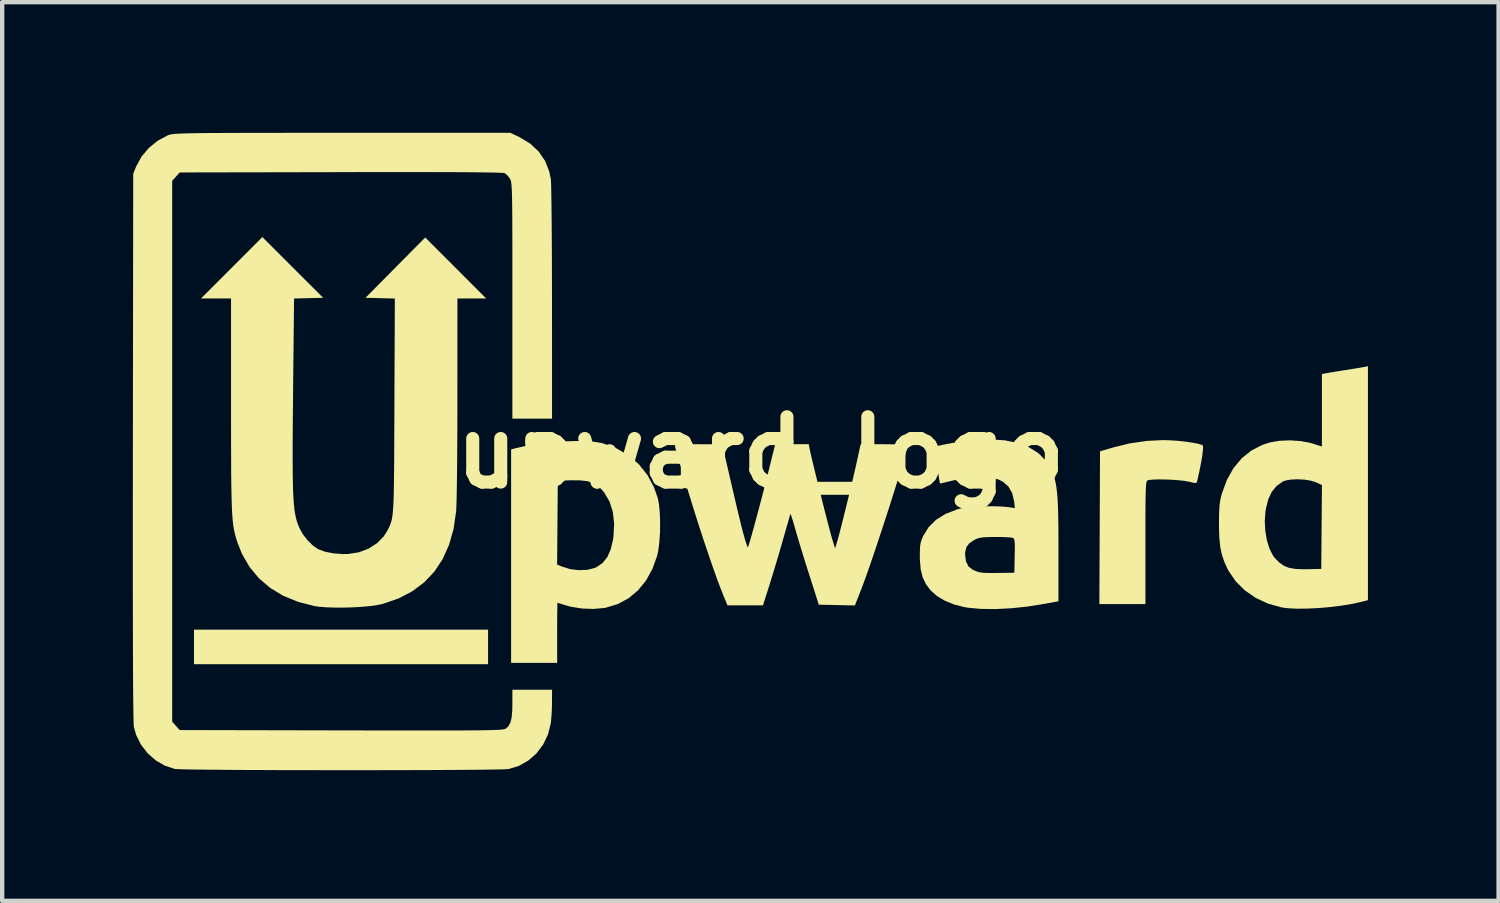
<source format=kicad_pcb>
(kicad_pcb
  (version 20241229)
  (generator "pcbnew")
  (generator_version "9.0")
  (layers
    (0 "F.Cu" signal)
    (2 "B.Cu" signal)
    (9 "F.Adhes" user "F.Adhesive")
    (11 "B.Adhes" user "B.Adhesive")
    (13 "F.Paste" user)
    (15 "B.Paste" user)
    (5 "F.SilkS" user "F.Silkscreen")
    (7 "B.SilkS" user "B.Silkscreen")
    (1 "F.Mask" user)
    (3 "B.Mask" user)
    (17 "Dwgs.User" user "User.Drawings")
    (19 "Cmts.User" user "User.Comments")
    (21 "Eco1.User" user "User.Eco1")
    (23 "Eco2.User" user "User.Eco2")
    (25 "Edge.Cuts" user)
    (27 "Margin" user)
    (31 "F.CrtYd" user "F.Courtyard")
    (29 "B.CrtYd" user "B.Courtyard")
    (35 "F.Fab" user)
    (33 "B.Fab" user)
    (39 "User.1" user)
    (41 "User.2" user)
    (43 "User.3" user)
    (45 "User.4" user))
  (footprint "upward_logo"
    (layer "F.Cu")
    (at 14.412 7.341)
    (property "Reference" "upward_logo" (at 0 0 0) (layer "F.SilkS") (effects (font (size 1.5 1.5) (thickness 0.3))))
    (attr board_only exclude_from_pos_files exclude_from_bom)
    (fp_poly (pts (xy -6.255 4.463) (xy -6.255 4.86) (xy -9.631 4.86) (xy -13.008 4.86) (xy -13.008 4.463) (xy -13.008 4.067) (xy -9.631 4.067) (xy -6.255 4.067)) (stroke (width 0) (type solid)) (fill yes) (layer "F.SilkS"))
    (fp_poly (pts (xy 9.397 -0.281) (xy 9.573 -0.27) (xy 9.747 -0.252) (xy 9.906 -0.229) (xy 10.039 -0.204) (xy 10.13 -0.177) (xy 10.154 -0.165) (xy 10.163 -0.128) (xy 10.158 -0.042) (xy 10.142 0.086) (xy 10.114 0.248) (xy 10.076 0.436) (xy 10.03 0.643) (xy 10.028 0.651) (xy 10.018 0.684) (xy 9.998 0.699) (xy 9.953 0.697) (xy 9.871 0.678) (xy 9.83 0.668) (xy 9.732 0.65) (xy 9.6 0.636) (xy 9.448 0.625) (xy 9.29 0.619) (xy 9.14 0.617) (xy 9.012 0.621) (xy 8.921 0.63) (xy 8.89 0.638) (xy 8.878 0.646) (xy 8.868 0.662) (xy 8.86 0.692) (xy 8.854 0.741) (xy 8.849 0.813) (xy 8.845 0.913) (xy 8.842 1.047) (xy 8.84 1.219) (xy 8.839 1.434) (xy 8.839 1.697) (xy 8.839 2.013) (xy 8.839 2.069) (xy 8.839 3.48) (xy 8.31 3.48) (xy 7.781 3.48) (xy 7.789 1.726) (xy 7.796 -0.028) (xy 8.072 -0.11) (xy 8.477 -0.21) (xy 8.87 -0.267) (xy 9.232 -0.285)) (stroke (width 0) (type solid)) (fill yes) (layer "F.SilkS"))
    (fp_poly (pts (xy -4.061 -0.263) (xy -3.841 -0.249) (xy -3.663 -0.222) (xy -3.614 -0.21) (xy -3.303 -0.094) (xy -3.028 0.067) (xy -2.791 0.272) (xy -2.596 0.516) (xy -2.445 0.799) (xy -2.359 1.045) (xy -2.33 1.194) (xy -2.312 1.385) (xy -2.305 1.601) (xy -2.307 1.825) (xy -2.321 2.042) (xy -2.344 2.234) (xy -2.372 2.368) (xy -2.481 2.672) (xy -2.628 2.939) (xy -2.812 3.164) (xy -3.028 3.345) (xy -3.273 3.478) (xy -3.545 3.561) (xy -3.588 3.569) (xy -3.837 3.591) (xy -4.103 3.581) (xy -4.358 3.54) (xy -4.463 3.511) (xy -4.56 3.481) (xy -4.631 3.459) (xy -4.661 3.451) (xy -4.662 3.451) (xy -4.664 3.479) (xy -4.665 3.557) (xy -4.667 3.678) (xy -4.668 3.834) (xy -4.669 4.015) (xy -4.669 4.14) (xy -4.669 4.83) (xy -5.197 4.83) (xy -5.726 4.83) (xy -5.726 2.572) (xy -4.67 2.572) (xy -4.559 2.618) (xy -4.369 2.677) (xy -4.168 2.701) (xy -3.975 2.693) (xy -3.806 2.65) (xy -3.764 2.63) (xy -3.624 2.534) (xy -3.517 2.4) (xy -3.439 2.224) (xy -3.386 2.001) (xy -3.375 1.923) (xy -3.36 1.628) (xy -3.391 1.36) (xy -3.468 1.122) (xy -3.588 0.918) (xy -3.642 0.854) (xy -3.742 0.761) (xy -3.85 0.697) (xy -3.978 0.657) (xy -4.138 0.639) (xy -4.343 0.637) (xy -4.349 0.638) (xy -4.654 0.646) (xy -4.662 1.609) (xy -4.67 2.572) (xy -5.726 2.572) (xy -5.726 2.38) (xy -5.726 -0.071) (xy -5.615 -0.101) (xy -5.386 -0.154) (xy -5.129 -0.197) (xy -4.857 -0.23) (xy -4.58 -0.252) (xy -4.311 -0.263)) (stroke (width 0) (type solid)) (fill yes) (layer "F.SilkS"))
    (fp_poly (pts (xy 13.948 0.703) (xy 13.948 3.389) (xy 13.837 3.419) (xy 13.617 3.469) (xy 13.367 3.512) (xy 13.099 3.546) (xy 12.826 3.57) (xy 12.561 3.583) (xy 12.317 3.585) (xy 12.106 3.575) (xy 11.966 3.556) (xy 11.656 3.47) (xy 11.374 3.339) (xy 11.125 3.168) (xy 10.915 2.961) (xy 10.75 2.721) (xy 10.724 2.672) (xy 10.648 2.505) (xy 10.594 2.341) (xy 10.557 2.168) (xy 10.536 1.969) (xy 10.528 1.731) (xy 10.528 1.644) (xy 10.528 1.58) (xy 11.579 1.58) (xy 11.591 1.801) (xy 11.628 2.015) (xy 11.687 2.206) (xy 11.765 2.361) (xy 11.811 2.423) (xy 11.915 2.527) (xy 12.018 2.6) (xy 12.135 2.647) (xy 12.279 2.672) (xy 12.461 2.68) (xy 12.553 2.679) (xy 12.876 2.672) (xy 12.884 1.709) (xy 12.892 0.746) (xy 12.752 0.682) (xy 12.634 0.645) (xy 12.487 0.622) (xy 12.328 0.614) (xy 12.178 0.621) (xy 12.053 0.643) (xy 11.995 0.665) (xy 11.85 0.768) (xy 11.74 0.902) (xy 11.659 1.074) (xy 11.605 1.291) (xy 11.594 1.363) (xy 11.579 1.58) (xy 10.528 1.58) (xy 10.529 1.453) (xy 10.534 1.306) (xy 10.543 1.19) (xy 10.558 1.09) (xy 10.581 0.993) (xy 10.595 0.941) (xy 10.71 0.627) (xy 10.862 0.357) (xy 11.05 0.132) (xy 11.271 -0.046) (xy 11.527 -0.177) (xy 11.703 -0.234) (xy 11.916 -0.27) (xy 12.156 -0.28) (xy 12.399 -0.264) (xy 12.619 -0.223) (xy 12.67 -0.209) (xy 12.891 -0.138) (xy 12.891 -0.97) (xy 12.891 -1.801) (xy 12.972 -1.818) (xy 13.031 -1.829) (xy 13.134 -1.846) (xy 13.267 -1.868) (xy 13.417 -1.892) (xy 13.434 -1.894) (xy 13.583 -1.918) (xy 13.715 -1.939) (xy 13.818 -1.957) (xy 13.878 -1.968) (xy 13.882 -1.968) (xy 13.948 -1.983)) (stroke (width 0) (type solid)) (fill yes) (layer "F.SilkS"))
    (fp_poly (pts (xy -10.74 -4.25) (xy -10.042 -3.553) (xy -10.376 -3.545) (xy -10.71 -3.537) (xy -10.732 -1.455) (xy -10.736 -0.981) (xy -10.74 -0.563) (xy -10.742 -0.194) (xy -10.742 0.127) (xy -10.741 0.406) (xy -10.738 0.646) (xy -10.733 0.851) (xy -10.725 1.026) (xy -10.715 1.174) (xy -10.702 1.299) (xy -10.686 1.405) (xy -10.668 1.496) (xy -10.646 1.577) (xy -10.62 1.651) (xy -10.591 1.722) (xy -10.585 1.738) (xy -10.506 1.878) (xy -10.399 2.016) (xy -10.279 2.134) (xy -10.163 2.216) (xy -10.161 2.217) (xy -10.005 2.275) (xy -9.812 2.314) (xy -9.6 2.331) (xy -9.461 2.329) (xy -9.219 2.29) (xy -8.998 2.206) (xy -8.805 2.082) (xy -8.65 1.924) (xy -8.57 1.797) (xy -8.543 1.745) (xy -8.519 1.697) (xy -8.499 1.65) (xy -8.482 1.599) (xy -8.467 1.54) (xy -8.454 1.47) (xy -8.443 1.383) (xy -8.435 1.277) (xy -8.428 1.148) (xy -8.422 0.99) (xy -8.418 0.801) (xy -8.415 0.575) (xy -8.412 0.31) (xy -8.41 0.001) (xy -8.409 -0.356) (xy -8.407 -0.765) (xy -8.406 -1.078) (xy -8.396 -3.536) (xy -8.733 -3.545) (xy -9.07 -3.553) (xy -8.384 -4.246) (xy -7.698 -4.938) (xy -6.998 -4.238) (xy -6.299 -3.538) (xy -6.629 -3.538) (xy -6.959 -3.538) (xy -6.96 -1.255) (xy -6.96 -0.885) (xy -6.961 -0.525) (xy -6.963 -0.18) (xy -6.965 0.144) (xy -6.968 0.441) (xy -6.971 0.708) (xy -6.975 0.937) (xy -6.979 1.124) (xy -6.984 1.263) (xy -6.988 1.349) (xy -6.989 1.354) (xy -7.048 1.757) (xy -7.152 2.122) (xy -7.299 2.448) (xy -7.488 2.734) (xy -7.721 2.98) (xy -7.996 3.186) (xy -8.312 3.351) (xy -8.67 3.474) (xy -8.692 3.48) (xy -8.843 3.51) (xy -9.037 3.533) (xy -9.26 3.55) (xy -9.497 3.559) (xy -9.732 3.561) (xy -9.95 3.555) (xy -10.137 3.541) (xy -10.238 3.526) (xy -10.617 3.429) (xy -10.957 3.29) (xy -11.257 3.109) (xy -11.516 2.888) (xy -11.732 2.628) (xy -11.904 2.33) (xy -12.008 2.07) (xy -12.033 1.991) (xy -12.056 1.916) (xy -12.075 1.839) (xy -12.092 1.758) (xy -12.106 1.668) (xy -12.118 1.564) (xy -12.128 1.444) (xy -12.136 1.301) (xy -12.142 1.133) (xy -12.147 0.935) (xy -12.151 0.703) (xy -12.154 0.433) (xy -12.155 0.12) (xy -12.156 -0.239) (xy -12.157 -0.648) (xy -12.157 -1.094) (xy -12.157 -3.538) (xy -12.502 -3.538) (xy -12.846 -3.538) (xy -12.142 -4.243) (xy -11.438 -4.948)) (stroke (width 0) (type solid)) (fill yes) (layer "F.SilkS"))
    (fp_poly (pts (xy 5.604 -0.281) (xy 5.905 -0.221) (xy 6.164 -0.122) (xy 6.381 0.014) (xy 6.554 0.189) (xy 6.683 0.401) (xy 6.718 0.487) (xy 6.748 0.575) (xy 6.772 0.67) (xy 6.792 0.778) (xy 6.808 0.904) (xy 6.821 1.054) (xy 6.83 1.235) (xy 6.836 1.453) (xy 6.84 1.713) (xy 6.842 2.022) (xy 6.842 2.26) (xy 6.842 3.415) (xy 6.512 3.476) (xy 6.13 3.537) (xy 5.753 3.576) (xy 5.392 3.594) (xy 5.058 3.59) (xy 4.762 3.563) (xy 4.684 3.55) (xy 4.453 3.492) (xy 4.237 3.404) (xy 4.051 3.294) (xy 3.909 3.168) (xy 3.908 3.168) (xy 3.799 3.021) (xy 3.724 2.865) (xy 3.679 2.686) (xy 3.66 2.469) (xy 3.659 2.393) (xy 3.659 2.342) (xy 4.698 2.342) (xy 4.718 2.501) (xy 4.779 2.618) (xy 4.88 2.695) (xy 4.88 2.695) (xy 4.948 2.724) (xy 5.011 2.745) (xy 5.08 2.758) (xy 5.17 2.764) (xy 5.292 2.766) (xy 5.461 2.765) (xy 5.462 2.765) (xy 5.829 2.76) (xy 5.837 2.371) (xy 5.84 2.211) (xy 5.839 2.101) (xy 5.834 2.03) (xy 5.824 1.989) (xy 5.807 1.967) (xy 5.793 1.959) (xy 5.744 1.951) (xy 5.65 1.944) (xy 5.525 1.94) (xy 5.388 1.939) (xy 5.231 1.941) (xy 5.119 1.946) (xy 5.037 1.958) (xy 4.973 1.977) (xy 4.913 2.005) (xy 4.796 2.082) (xy 4.729 2.17) (xy 4.7 2.285) (xy 4.698 2.342) (xy 3.659 2.342) (xy 3.66 2.247) (xy 3.666 2.141) (xy 3.681 2.058) (xy 3.707 1.982) (xy 3.735 1.918) (xy 3.861 1.713) (xy 4.032 1.543) (xy 4.251 1.408) (xy 4.517 1.305) (xy 4.581 1.287) (xy 4.697 1.266) (xy 4.856 1.25) (xy 5.041 1.239) (xy 5.237 1.233) (xy 5.426 1.235) (xy 5.594 1.243) (xy 5.703 1.255) (xy 5.841 1.276) (xy 5.824 1.122) (xy 5.779 0.931) (xy 5.692 0.78) (xy 5.564 0.669) (xy 5.549 0.661) (xy 5.493 0.632) (xy 5.441 0.611) (xy 5.379 0.599) (xy 5.296 0.592) (xy 5.18 0.59) (xy 5.017 0.591) (xy 5.007 0.592) (xy 4.79 0.597) (xy 4.615 0.61) (xy 4.466 0.632) (xy 4.361 0.655) (xy 4.253 0.682) (xy 4.17 0.701) (xy 4.126 0.71) (xy 4.123 0.71) (xy 4.114 0.675) (xy 4.1 0.596) (xy 4.083 0.486) (xy 4.065 0.356) (xy 4.046 0.221) (xy 4.029 0.092) (xy 4.016 -0.017) (xy 4.008 -0.094) (xy 4.007 -0.127) (xy 4.008 -0.127) (xy 4.05 -0.145) (xy 4.14 -0.168) (xy 4.266 -0.194) (xy 4.416 -0.221) (xy 4.579 -0.246) (xy 4.745 -0.269) (xy 4.882 -0.284) (xy 5.263 -0.302)) (stroke (width 0) (type solid)) (fill yes) (layer "F.SilkS"))
    (fp_poly (pts (xy 3.015 -0.189) (xy 3.165 -0.186) (xy 3.281 -0.18) (xy 3.354 -0.172) (xy 3.377 -0.164) (xy 3.368 -0.11) (xy 3.342 -0.006) (xy 3.3 0.14) (xy 3.246 0.324) (xy 3.181 0.538) (xy 3.107 0.777) (xy 3.026 1.034) (xy 2.94 1.303) (xy 2.851 1.578) (xy 2.761 1.852) (xy 2.672 2.12) (xy 2.586 2.375) (xy 2.506 2.61) (xy 2.432 2.82) (xy 2.367 2.999) (xy 2.321 3.121) (xy 2.168 3.511) (xy 1.754 3.502) (xy 1.339 3.494) (xy 1.11 2.775) (xy 1.04 2.557) (xy 0.972 2.336) (xy 0.907 2.125) (xy 0.851 1.938) (xy 0.806 1.786) (xy 0.787 1.719) (xy 0.751 1.592) (xy 0.719 1.491) (xy 0.697 1.428) (xy 0.686 1.41) (xy 0.686 1.411) (xy 0.675 1.446) (xy 0.651 1.53) (xy 0.617 1.651) (xy 0.573 1.803) (xy 0.524 1.975) (xy 0.514 2.011) (xy 0.452 2.228) (xy 0.382 2.464) (xy 0.311 2.7) (xy 0.245 2.914) (xy 0.204 3.047) (xy 0.057 3.509) (xy -0.351 3.509) (xy -0.758 3.509) (xy -0.846 3.296) (xy -0.915 3.122) (xy -0.998 2.901) (xy -1.09 2.643) (xy -1.189 2.356) (xy -1.292 2.052) (xy -1.395 1.738) (xy -1.453 1.556) (xy -1.518 1.351) (xy -1.586 1.133) (xy -1.654 0.911) (xy -1.721 0.69) (xy -1.785 0.48) (xy -1.842 0.287) (xy -1.891 0.119) (xy -1.93 -0.017) (xy -1.956 -0.113) (xy -1.967 -0.161) (xy -1.967 -0.164) (xy -1.939 -0.173) (xy -1.861 -0.18) (xy -1.742 -0.186) (xy -1.589 -0.19) (xy -1.426 -0.191) (xy -1.234 -0.19) (xy -1.093 -0.189) (xy -0.995 -0.185) (xy -0.931 -0.178) (xy -0.894 -0.167) (xy -0.876 -0.153) (xy -0.87 -0.139) (xy -0.86 -0.099) (xy -0.838 -0.008) (xy -0.807 0.124) (xy -0.768 0.291) (xy -0.723 0.484) (xy -0.674 0.696) (xy -0.662 0.749) (xy -0.576 1.117) (xy -0.502 1.43) (xy -0.439 1.686) (xy -0.387 1.887) (xy -0.345 2.034) (xy -0.314 2.128) (xy -0.294 2.17) (xy -0.286 2.17) (xy -0.272 2.13) (xy -0.244 2.041) (xy -0.207 1.911) (xy -0.161 1.747) (xy -0.109 1.556) (xy -0.053 1.347) (xy 0.006 1.126) (xy 0.064 0.902) (xy 0.121 0.683) (xy 0.173 0.475) (xy 0.194 0.389) (xy 0.338 -0.19) (xy 0.723 -0.191) (xy 1.109 -0.191) (xy 1.129 -0.081) (xy 1.144 -0.01) (xy 1.172 0.109) (xy 1.209 0.267) (xy 1.255 0.454) (xy 1.306 0.663) (xy 1.361 0.884) (xy 1.417 1.108) (xy 1.472 1.326) (xy 1.524 1.529) (xy 1.571 1.709) (xy 1.61 1.855) (xy 1.639 1.96) (xy 1.649 1.997) (xy 1.713 2.202) (xy 1.753 2.07) (xy 1.78 1.979) (xy 1.817 1.84) (xy 1.862 1.664) (xy 1.913 1.461) (xy 1.968 1.24) (xy 2.024 1.012) (xy 2.079 0.787) (xy 2.129 0.574) (xy 2.173 0.384) (xy 2.205 0.242) (xy 2.3 -0.191) (xy 2.839 -0.191)) (stroke (width 0) (type solid)) (fill yes) (layer "F.SilkS"))
    (fp_poly (pts (xy -5.52 -7.235) (xy -5.285 -7.091) (xy -5.092 -6.91) (xy -4.946 -6.696) (xy -4.85 -6.454) (xy -4.814 -6.276) (xy -4.81 -6.218) (xy -4.806 -6.105) (xy -4.803 -5.943) (xy -4.8 -5.736) (xy -4.797 -5.488) (xy -4.794 -5.204) (xy -4.792 -4.889) (xy -4.79 -4.547) (xy -4.789 -4.183) (xy -4.788 -3.802) (xy -4.787 -3.428) (xy -4.786 -0.778) (xy -5.242 -0.778) (xy -5.697 -0.778) (xy -5.697 -3.487) (xy -5.697 -3.947) (xy -5.697 -4.352) (xy -5.697 -4.706) (xy -5.698 -5.012) (xy -5.699 -5.274) (xy -5.7 -5.495) (xy -5.702 -5.68) (xy -5.704 -5.831) (xy -5.707 -5.953) (xy -5.711 -6.049) (xy -5.716 -6.123) (xy -5.721 -6.178) (xy -5.727 -6.219) (xy -5.735 -6.248) (xy -5.743 -6.269) (xy -5.752 -6.287) (xy -5.754 -6.289) (xy -5.808 -6.361) (xy -5.865 -6.411) (xy -5.87 -6.415) (xy -5.902 -6.42) (xy -5.978 -6.424) (xy -6.099 -6.428) (xy -6.268 -6.431) (xy -6.484 -6.434) (xy -6.75 -6.437) (xy -7.066 -6.438) (xy -7.434 -6.439) (xy -7.856 -6.44) (xy -8.332 -6.44) (xy -8.864 -6.44) (xy -9.452 -6.439) (xy -9.633 -6.438) (xy -13.336 -6.431) (xy -13.422 -6.335) (xy -13.508 -6.239) (xy -13.508 -0.029) (xy -13.508 6.18) (xy -13.422 6.276) (xy -13.336 6.372) (xy -9.629 6.38) (xy -9.083 6.381) (xy -8.592 6.382) (xy -8.154 6.382) (xy -7.765 6.382) (xy -7.423 6.382) (xy -7.125 6.382) (xy -6.867 6.381) (xy -6.647 6.38) (xy -6.461 6.378) (xy -6.307 6.376) (xy -6.181 6.373) (xy -6.081 6.37) (xy -6.004 6.366) (xy -5.945 6.361) (xy -5.903 6.356) (xy -5.875 6.35) (xy -5.857 6.344) (xy -5.851 6.341) (xy -5.787 6.283) (xy -5.743 6.201) (xy -5.714 6.086) (xy -5.7 5.929) (xy -5.697 5.771) (xy -5.697 5.447) (xy -5.242 5.447) (xy -4.786 5.447) (xy -4.787 5.733) (xy -4.79 5.888) (xy -4.799 6.049) (xy -4.812 6.189) (xy -4.817 6.225) (xy -4.88 6.476) (xy -4.991 6.706) (xy -5.143 6.907) (xy -5.331 7.072) (xy -5.547 7.195) (xy -5.781 7.267) (xy -5.832 7.271) (xy -5.937 7.275) (xy -6.092 7.278) (xy -6.292 7.281) (xy -6.534 7.284) (xy -6.812 7.286) (xy -7.123 7.288) (xy -7.462 7.29) (xy -7.825 7.291) (xy -8.208 7.293) (xy -8.605 7.293) (xy -9.013 7.294) (xy -9.427 7.294) (xy -9.844 7.294) (xy -10.258 7.293) (xy -10.665 7.293) (xy -11.061 7.292) (xy -11.441 7.29) (xy -11.802 7.289) (xy -12.138 7.287) (xy -12.446 7.284) (xy -12.721 7.282) (xy -12.959 7.279) (xy -13.155 7.276) (xy -13.305 7.272) (xy -13.404 7.269) (xy -13.447 7.265) (xy -13.676 7.191) (xy -13.888 7.068) (xy -14.074 6.904) (xy -14.226 6.706) (xy -14.336 6.485) (xy -14.389 6.298) (xy -14.392 6.246) (xy -14.396 6.135) (xy -14.399 5.966) (xy -14.402 5.739) (xy -14.405 5.452) (xy -14.407 5.108) (xy -14.409 4.705) (xy -14.41 4.244) (xy -14.411 3.724) (xy -14.412 3.147) (xy -14.412 2.511) (xy -14.412 1.817) (xy -14.412 1.065) (xy -14.411 0.255) (xy -14.411 -0.133) (xy -14.403 -6.401) (xy -14.336 -6.568) (xy -14.216 -6.79) (xy -14.049 -6.99) (xy -13.845 -7.157) (xy -13.615 -7.281) (xy -13.596 -7.289) (xy -13.574 -7.296) (xy -13.548 -7.303) (xy -13.513 -7.309) (xy -13.467 -7.315) (xy -13.407 -7.319) (xy -13.33 -7.323) (xy -13.233 -7.327) (xy -13.112 -7.33) (xy -12.965 -7.333) (xy -12.789 -7.335) (xy -12.58 -7.337) (xy -12.335 -7.338) (xy -12.052 -7.339) (xy -11.728 -7.34) (xy -11.359 -7.34) (xy -10.942 -7.341) (xy -10.474 -7.341) (xy -9.953 -7.341) (xy -9.602 -7.341) (xy -5.741 -7.341)) (stroke (width 0) (type solid)) (fill yes) (layer "F.SilkS")))
  (gr_rect
    (start -3 -3)
    (end 31.36 17.635)
    (stroke (width 0.1) (type default))
    (fill no)
    (layer "Edge.Cuts")))
</source>
